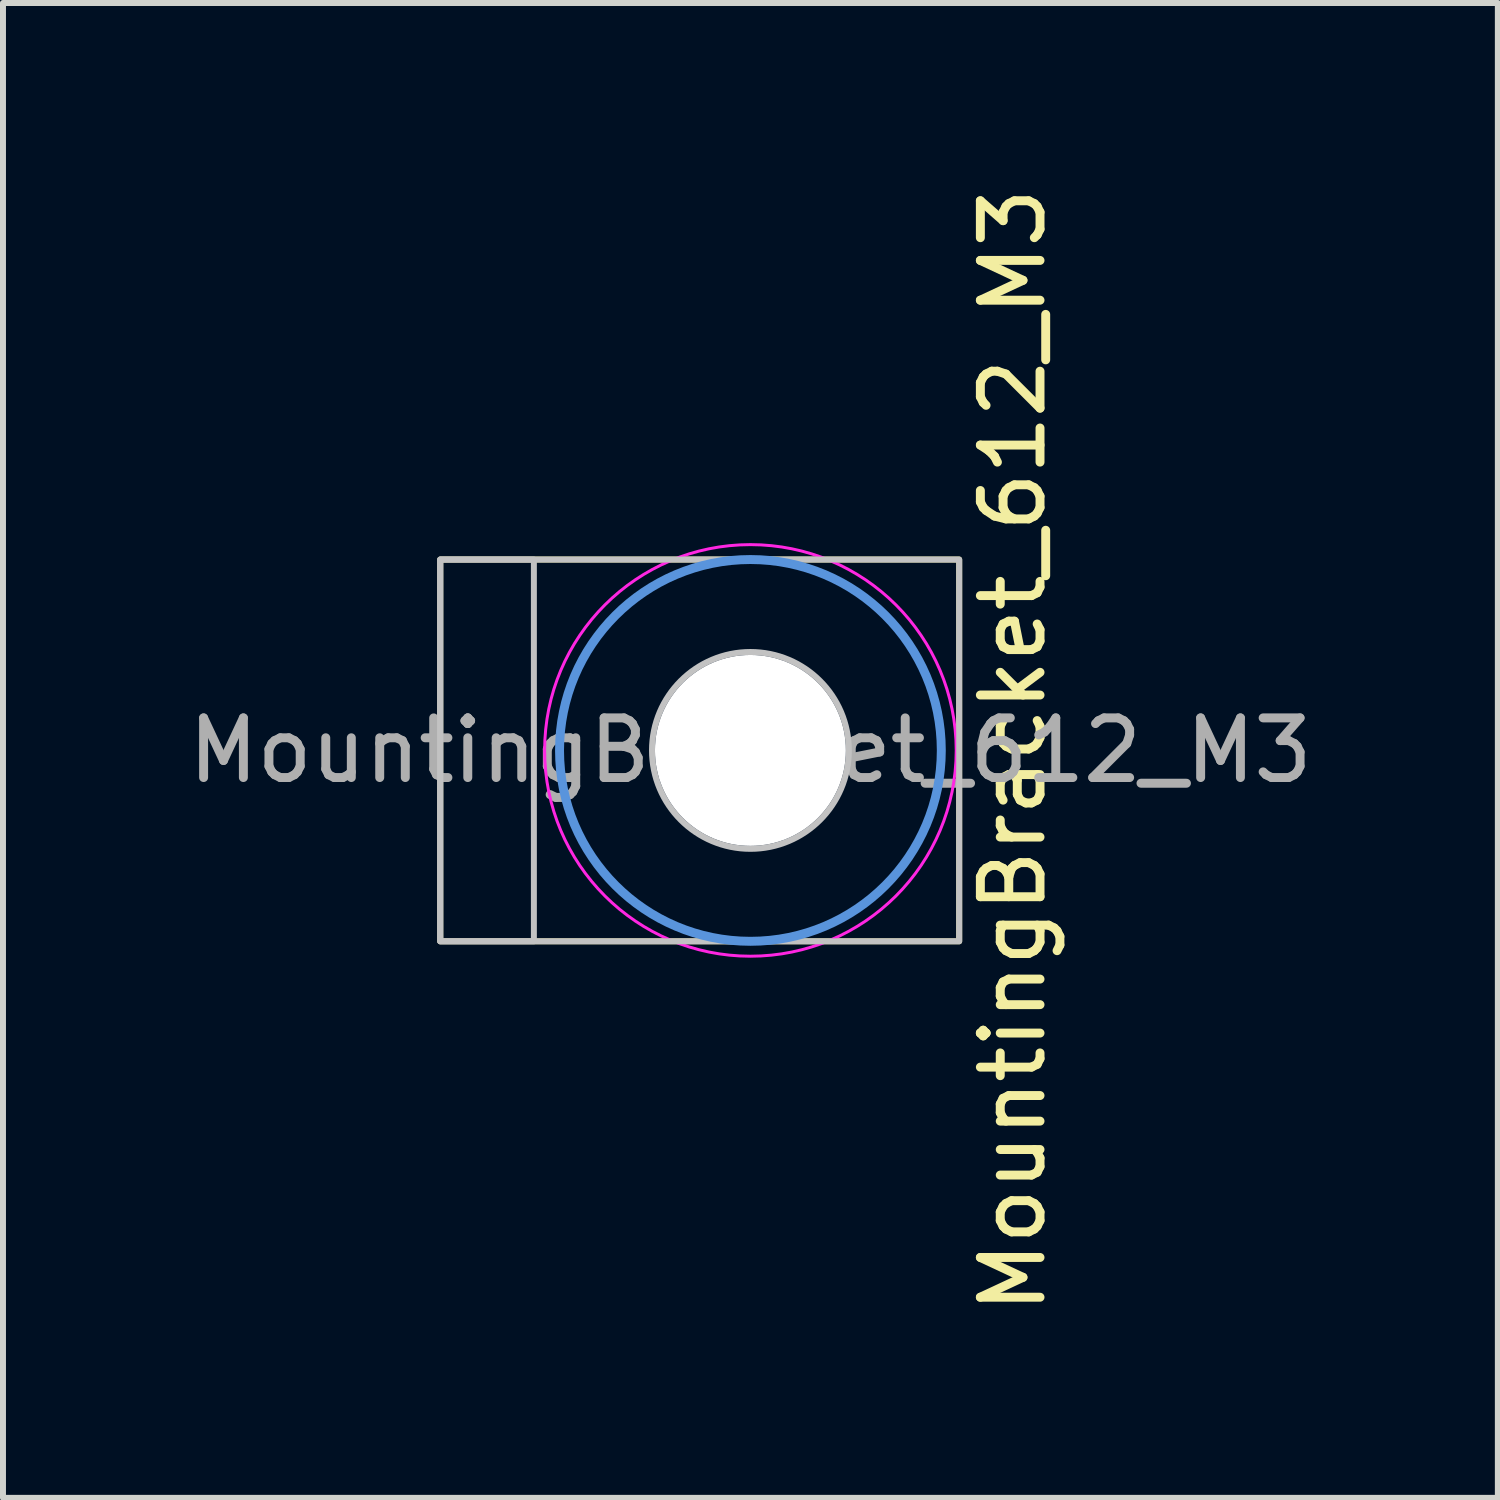
<source format=kicad_pcb>
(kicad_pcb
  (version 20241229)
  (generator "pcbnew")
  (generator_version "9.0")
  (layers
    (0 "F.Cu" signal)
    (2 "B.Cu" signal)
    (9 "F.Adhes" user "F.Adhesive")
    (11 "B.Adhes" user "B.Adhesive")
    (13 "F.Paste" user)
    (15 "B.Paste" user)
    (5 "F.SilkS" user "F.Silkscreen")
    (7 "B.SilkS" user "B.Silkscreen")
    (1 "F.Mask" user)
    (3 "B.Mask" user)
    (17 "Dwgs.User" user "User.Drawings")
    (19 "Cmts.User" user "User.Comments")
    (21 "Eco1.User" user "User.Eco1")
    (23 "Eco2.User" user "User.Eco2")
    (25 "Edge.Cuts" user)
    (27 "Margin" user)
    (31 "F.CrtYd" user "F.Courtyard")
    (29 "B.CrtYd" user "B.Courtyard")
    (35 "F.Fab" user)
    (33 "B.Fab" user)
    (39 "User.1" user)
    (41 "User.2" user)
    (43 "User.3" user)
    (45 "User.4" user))
  (footprint "MountingBracket_612_M3"
    (layer "F.Cu")
    (at 9.53 9.53)
    (property "Reference" "MountingBracket_612_M3" (at 4.4 0 270) (layer "F.SilkS") (effects (font (size 1 1) (thickness 0.15))))
    (attr exclude_from_pos_files exclude_from_bom)
    (fp_rect (start -5.2 -3.2) (end 3.5 3.2) (stroke (width 0.1) (type default)) (fill no) (layer "F.SilkS"))
    (fp_rect (start -5.2 -3.2) (end -3.63 3.2) (stroke (width 0.1) (type solid)) (fill no) (layer "Dwgs.User"))
    (fp_rect (start -5.2 -3.2) (end 3.5 3.2) (stroke (width 0.1) (type solid)) (fill no) (layer "Dwgs.User"))
    (fp_circle (center 0 0) (end 0 -1.65) (stroke (width 0.1) (type default)) (fill no) (layer "Dwgs.User"))
    (fp_circle (center 0 0) (end 3.2 0) (stroke (width 0.15) (type solid)) (fill no) (layer "Cmts.User"))
    (fp_circle (center 0 0) (end 3.45 0) (stroke (width 0.05) (type solid)) (fill no) (layer "F.CrtYd"))
    (fp_text user "${REFERENCE}" (at 0 0 0) (layer "F.Fab") (effects (font (size 1 1) (thickness 0.15))))
    (pad "" np_thru_hole circle (at 0 0) (size 3.2 3.2) (drill 3.2) (layers "*.Cu" "*.Mask"))
    (zone (net_name "") (layer "F.SilkS") (name "DNP") (hatch edge 0.5) (connect_pads) (min_thickness 0.25) (filled_areas_thickness no) (keepout (tracks not_allowed) (vias not_allowed) (pads not_allowed) (copperpour allowed) (footprints not_allowed)) (placement (enabled no)) (fill) (polygon (pts (xy 4.33 6.33) (xy 13.03 6.33) (xy 13.03 12.73) (xy 4.33 12.73)))))
  (gr_rect
    (start -3 -3)
    (end 22.06 22.06)
    (stroke (width 0.1) (type default))
    (fill no)
    (layer "Edge.Cuts")))
</source>
